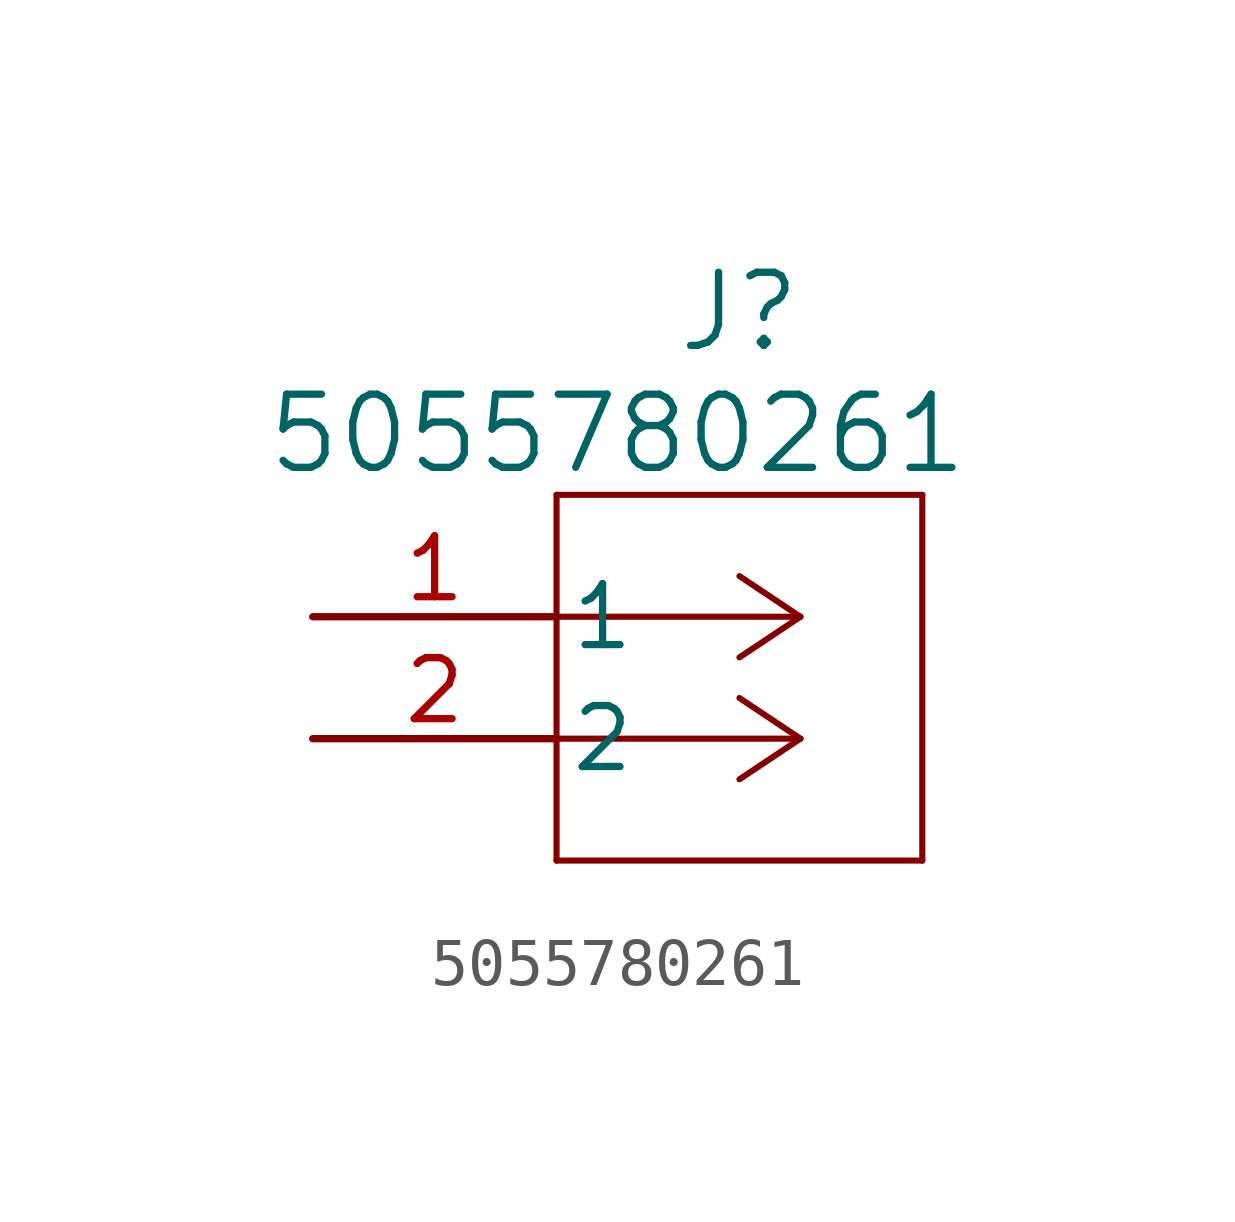
<source format=kicad_sym>
(kicad_symbol_lib
  (version 20231120)
  (generator "kicad_symbol_editor")
  (generator_version "8.0")
  (symbol "5055780261"
    (pin_names
      (offset 0.254))
    (property "Reference" "J"
      (at 8.89 6.35 0)
      (effects (font (size 1.524 1.524))))
    (property "Value" "5055780261"
      (at 6.35 3.81 0)
      (effects (font (size 1.524 1.524))))
    (property "ki_locked" ""
      (at 0 0 0)
      (effects (font (size 1.27 1.27))))
    (symbol "5055780261_1_1"
      (polyline (pts (xy 5.08 -5.08) (xy 12.7 -5.08)) (stroke (width 0.127) (type default)) (fill (type none)))
      (polyline (pts (xy 5.08 2.54) (xy 5.08 -5.08)) (stroke (width 0.127) (type default)) (fill (type none)))
      (polyline (pts (xy 10.16 -2.54) (xy 5.08 -2.54)) (stroke (width 0.127) (type default)) (fill (type none)))
      (polyline (pts (xy 10.16 -2.54) (xy 8.89 -3.387)) (stroke (width 0.127) (type default)) (fill (type none)))
      (polyline (pts (xy 10.16 -2.54) (xy 8.89 -1.693)) (stroke (width 0.127) (type default)) (fill (type none)))
      (polyline (pts (xy 10.16 0) (xy 5.08 0)) (stroke (width 0.127) (type default)) (fill (type none)))
      (polyline (pts (xy 10.16 0) (xy 8.89 -0.847)) (stroke (width 0.127) (type default)) (fill (type none)))
      (polyline (pts (xy 10.16 0) (xy 8.89 0.847)) (stroke (width 0.127) (type default)) (fill (type none)))
      (polyline (pts (xy 12.7 -5.08) (xy 12.7 2.54)) (stroke (width 0.127) (type default)) (fill (type none)))
      (polyline (pts (xy 12.7 2.54) (xy 5.08 2.54)) (stroke (width 0.127) (type default)) (fill (type none)))
      (pin unspecified line (at 0 0 0) (length 5.08) (name "1" (effects (font (size 1.27 1.27)))) (number "1" (effects (font (size 1.27 1.27)))))
      (pin unspecified line (at 0 -2.54 0) (length 5.08) (name "2" (effects (font (size 1.27 1.27)))) (number "2" (effects (font (size 1.27 1.27))))))))
</source>
